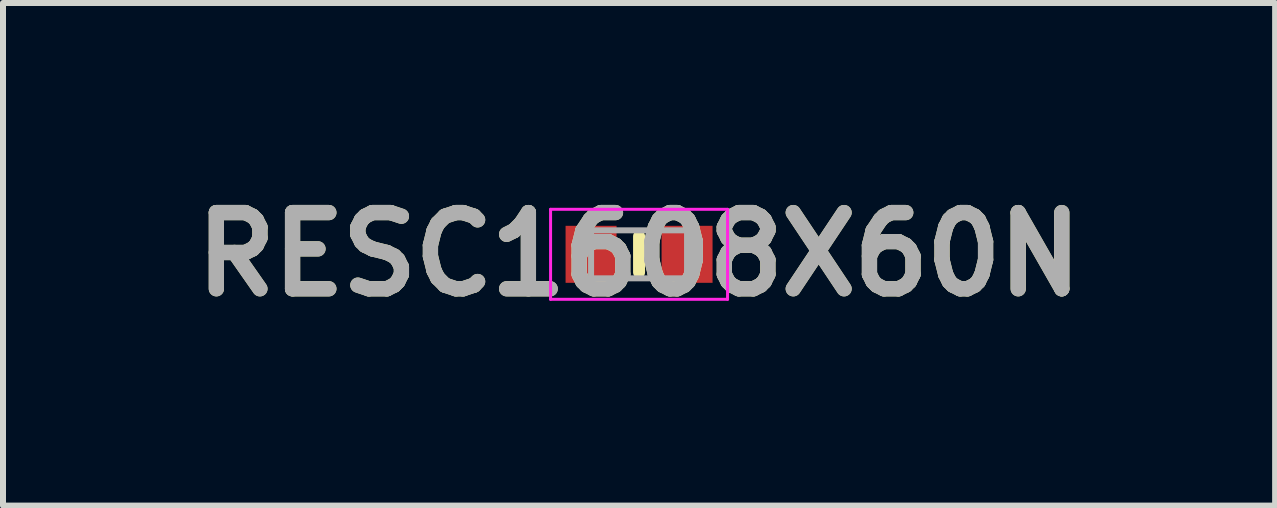
<source format=kicad_pcb>
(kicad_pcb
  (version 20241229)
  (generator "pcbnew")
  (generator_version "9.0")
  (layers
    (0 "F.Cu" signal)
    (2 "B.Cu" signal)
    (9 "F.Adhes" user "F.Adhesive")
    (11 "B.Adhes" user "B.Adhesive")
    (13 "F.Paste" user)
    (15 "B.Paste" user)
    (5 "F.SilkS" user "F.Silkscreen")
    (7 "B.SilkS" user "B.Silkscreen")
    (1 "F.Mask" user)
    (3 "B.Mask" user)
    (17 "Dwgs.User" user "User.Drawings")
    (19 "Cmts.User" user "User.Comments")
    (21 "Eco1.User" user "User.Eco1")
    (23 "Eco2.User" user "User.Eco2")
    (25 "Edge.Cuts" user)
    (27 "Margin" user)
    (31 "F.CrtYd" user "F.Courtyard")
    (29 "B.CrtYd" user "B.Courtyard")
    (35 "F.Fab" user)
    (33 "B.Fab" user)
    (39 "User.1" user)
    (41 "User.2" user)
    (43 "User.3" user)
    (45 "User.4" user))
  (footprint "RESC1608X60N"
    (layer "F.Cu")
    (at 7.602 1.189)
    (property "Reference" "RESC1608X60N" (at 0 0 0) (layer "F.SilkS") (effects (font (size 1.27 1.27) (thickness 0.254))))
    (attr smd)
    (fp_line (start 0 -0.3) (end 0 0.3) (stroke (width 0.2) (type solid)) (layer "F.SilkS"))
    (fp_line (start -1.475 -0.75) (end 1.475 -0.75) (stroke (width 0.05) (type solid)) (layer "F.CrtYd"))
    (fp_line (start -1.475 0.75) (end -1.475 -0.75) (stroke (width 0.05) (type solid)) (layer "F.CrtYd"))
    (fp_line (start 1.475 -0.75) (end 1.475 0.75) (stroke (width 0.05) (type solid)) (layer "F.CrtYd"))
    (fp_line (start 1.475 0.75) (end -1.475 0.75) (stroke (width 0.05) (type solid)) (layer "F.CrtYd"))
    (fp_line (start -0.8 -0.4) (end 0.8 -0.4) (stroke (width 0.1) (type solid)) (layer "F.Fab"))
    (fp_line (start -0.8 0.4) (end -0.8 -0.4) (stroke (width 0.1) (type solid)) (layer "F.Fab"))
    (fp_line (start 0.8 -0.4) (end 0.8 0.4) (stroke (width 0.1) (type solid)) (layer "F.Fab"))
    (fp_line (start 0.8 0.4) (end -0.8 0.4) (stroke (width 0.1) (type solid)) (layer "F.Fab"))
    (fp_text user "${REFERENCE}" (at 0 0 0) (layer "F.Fab") (effects (font (size 1.27 1.27) (thickness 0.254))))
    (pad "1" smd rect (at -0.8 0) (size 0.85 0.95) (layers "F.Cu" "F.Mask" "F.Paste"))
    (pad "2" smd rect (at 0.8 0) (size 0.85 0.95) (layers "F.Cu" "F.Mask" "F.Paste")))
  (gr_rect
    (start -3 -3)
    (end 18.204 5.377)
    (stroke (width 0.1) (type default))
    (fill no)
    (layer "Edge.Cuts")))
</source>
